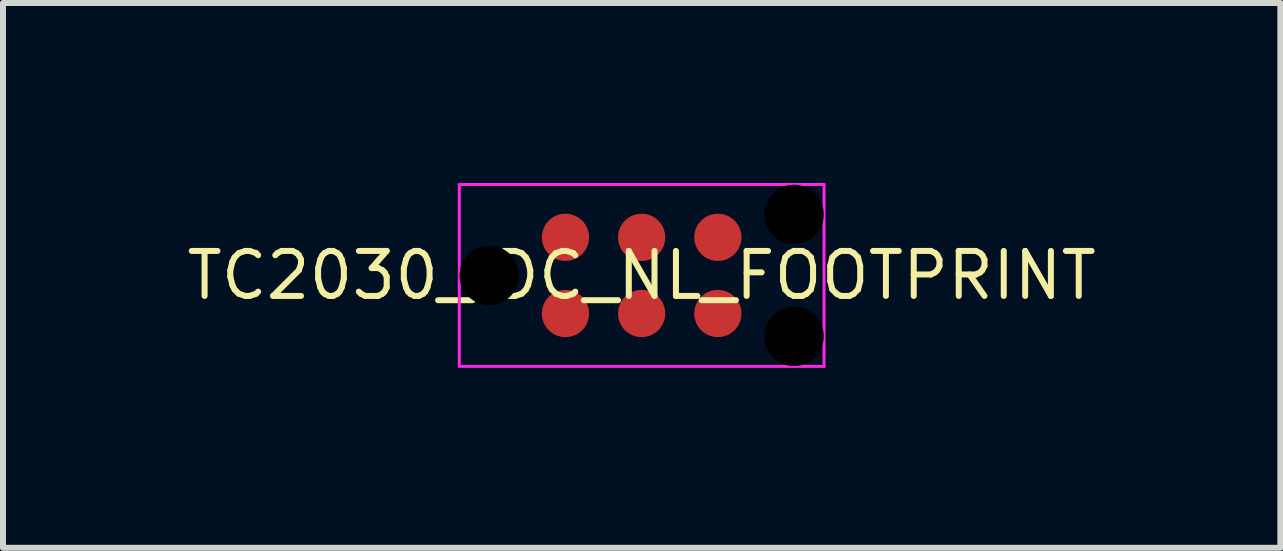
<source format=kicad_pcb>
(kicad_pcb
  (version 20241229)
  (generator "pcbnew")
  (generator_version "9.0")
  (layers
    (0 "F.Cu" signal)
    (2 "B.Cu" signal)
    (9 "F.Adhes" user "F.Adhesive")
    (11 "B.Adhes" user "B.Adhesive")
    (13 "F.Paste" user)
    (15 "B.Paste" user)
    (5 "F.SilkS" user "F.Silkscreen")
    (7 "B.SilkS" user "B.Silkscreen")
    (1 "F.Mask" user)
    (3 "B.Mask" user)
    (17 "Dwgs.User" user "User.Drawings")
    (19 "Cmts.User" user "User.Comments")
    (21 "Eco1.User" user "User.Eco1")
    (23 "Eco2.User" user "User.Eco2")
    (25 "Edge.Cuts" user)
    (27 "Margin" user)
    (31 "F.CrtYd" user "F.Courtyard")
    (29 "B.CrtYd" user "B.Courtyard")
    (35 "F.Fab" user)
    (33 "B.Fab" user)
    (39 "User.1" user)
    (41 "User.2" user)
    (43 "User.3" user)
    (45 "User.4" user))
  (footprint "TC2030_IDC_NL_FOOTPRINT"
    (layer "F.Cu")
    (at 7.646 1.541)
    (property "Reference" "TC2030_IDC_NL_FOOTPRINT" (at 0 0 0) (layer "F.SilkS") (effects (font (size 0.75 0.75) (thickness 0.1))))
    (fp_line (start -3.04 -1.516) (end -3.04 1.516) (stroke (width 0.05) (type solid)) (layer "F.CrtYd"))
    (fp_line (start -3.04 1.516) (end 3.04 1.516) (stroke (width 0.05) (type solid)) (layer "F.CrtYd"))
    (fp_line (start 3.04 -1.516) (end -3.04 -1.516) (stroke (width 0.05) (type solid)) (layer "F.CrtYd"))
    (fp_line (start 3.04 1.516) (end 3.04 -1.516) (stroke (width 0.05) (type solid)) (layer "F.CrtYd"))
    (pad "" np_thru_hole circle (at -2.54 0) (size 0.991 0.991) (drill 0.991) (layers "*.Mask"))
    (pad "" np_thru_hole circle (at 2.54 -1.016) (size 0.991 0.991) (drill 0.991) (layers "*.Mask"))
    (pad "" np_thru_hole circle (at 2.54 1.016) (size 0.991 0.991) (drill 0.991) (layers "*.Mask"))
    (pad "1" smd circle (at -1.27 0.635) (size 0.787 0.787) (layers "F.Cu" "F.Mask"))
    (pad "2" smd circle (at -1.27 -0.635) (size 0.787 0.787) (layers "F.Cu" "F.Mask"))
    (pad "3" smd circle (at 0 0.635) (size 0.787 0.787) (layers "F.Cu" "F.Mask"))
    (pad "4" smd circle (at 0 -0.635) (size 0.787 0.787) (layers "F.Cu" "F.Mask"))
    (pad "5" smd circle (at 1.27 0.635) (size 0.787 0.787) (layers "F.Cu" "F.Mask"))
    (pad "6" smd circle (at 1.27 -0.635) (size 0.787 0.787) (layers "F.Cu" "F.Mask")))
  (gr_rect
    (start -3 -3)
    (end 18.293 6.082)
    (stroke (width 0.1) (type default))
    (fill no)
    (layer "Edge.Cuts")))
</source>
